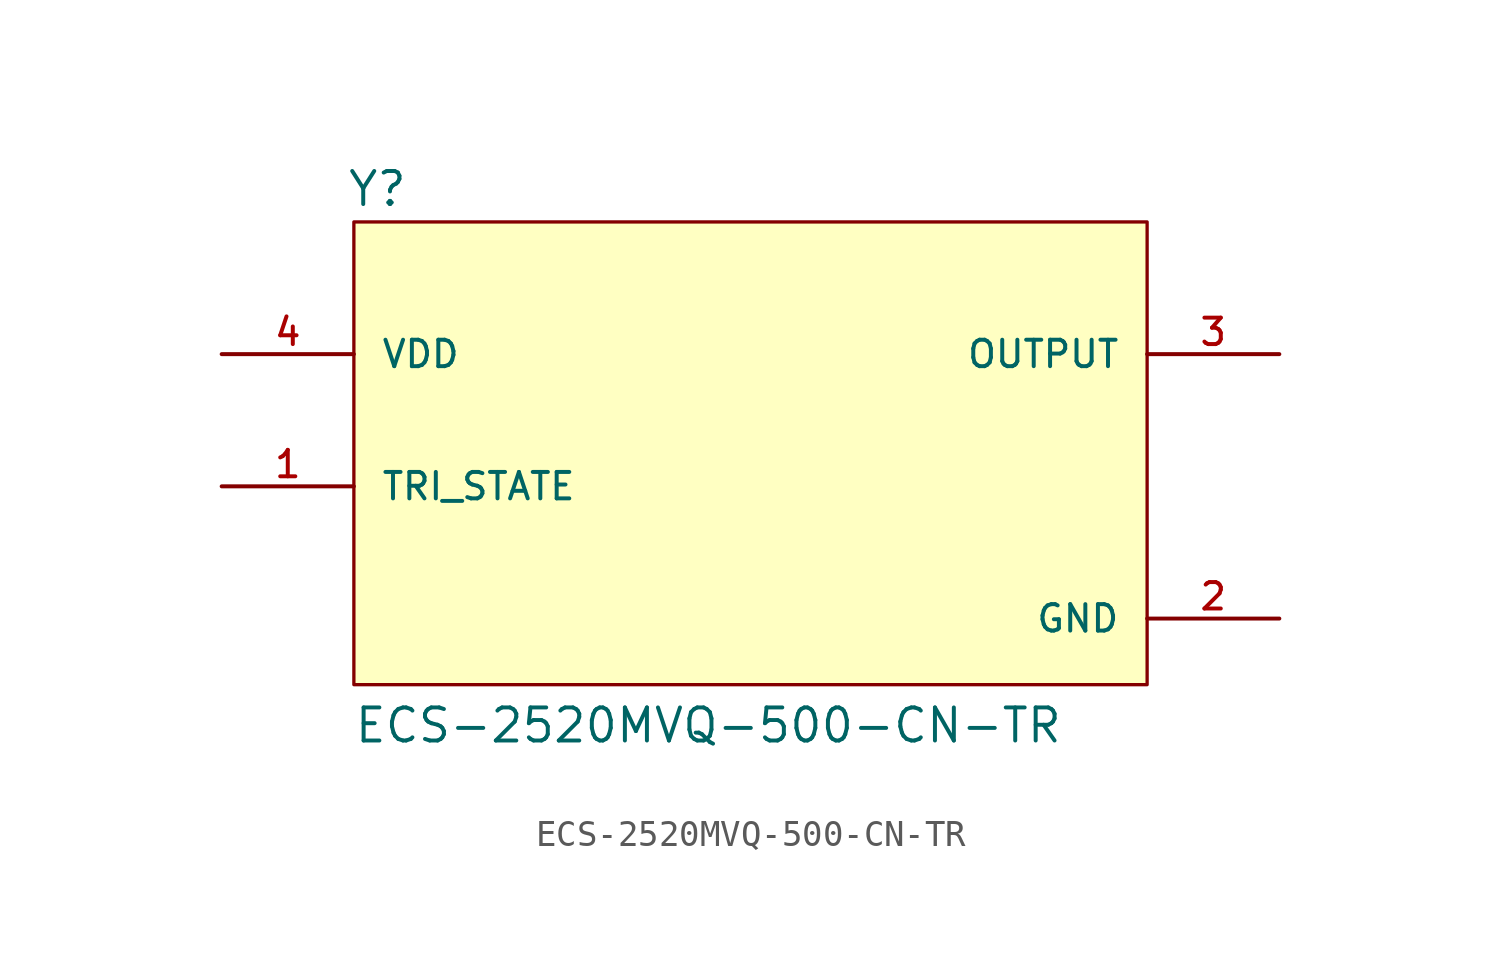
<source format=kicad_sym>
(kicad_symbol_lib
  (version 20211014)
  (generator kicad_symbol_editor)
  (symbol "ECS-2520MVQ-500-CN-TR"
    (pin_names
      (offset 1.016))
    (property "Reference" "Y"
      (at -15.525 8.144 0)
      (effects (font (size 1.27 1.27)) (justify bottom left)))
    (property "Value" "ECS-2520MVQ-500-CN-TR"
      (at -15.268 -12.469 0)
      (effects (font (size 1.27 1.27)) (justify bottom left)))
    (symbol "ECS-2520MVQ-500-CN-TR_0_0"
      (rectangle (start -15.24 -10.16) (end 15.24 7.62) (stroke (width 0.127)) (fill (type background)))
      (pin input line (at -20.32 -2.54 0) (length 5.08) (name "TRI_STATE" (effects (font (size 1.016 1.016)))) (number "1" (effects (font (size 1.016 1.016)))))
      (pin output line (at 20.32 2.54 180.0) (length 5.08) (name "OUTPUT" (effects (font (size 1.016 1.016)))) (number "3" (effects (font (size 1.016 1.016)))))
      (pin input line (at -20.32 2.54 0) (length 5.08) (name "VDD" (effects (font (size 1.016 1.016)))) (number "4" (effects (font (size 1.016 1.016)))))
      (pin power_in line (at 20.32 -7.62 180.0) (length 5.08) (name "GND" (effects (font (size 1.016 1.016)))) (number "2" (effects (font (size 1.016 1.016))))))))
</source>
